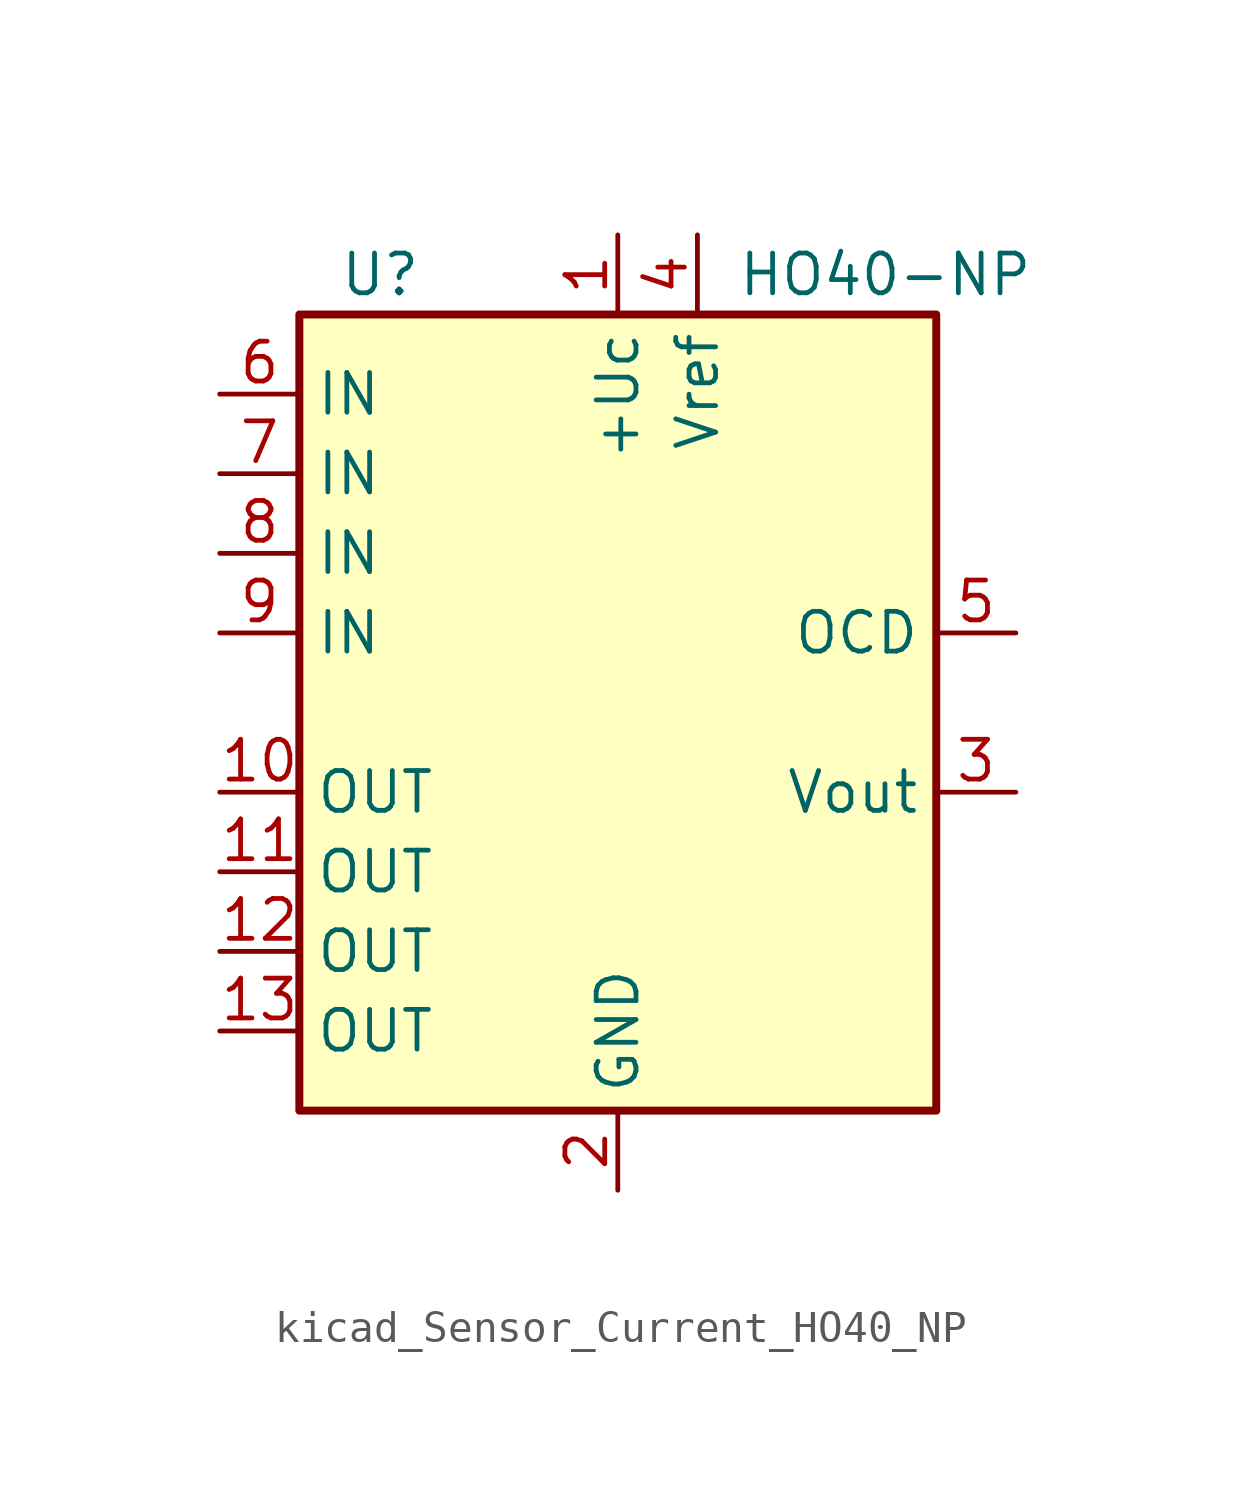
<source format=kicad_sym>
(kicad_symbol_lib
  (version 20220914)
  (generator kicad_symbol_editor)
  (symbol "kicad_Sensor_Current_HO40_NP"
    (property "Reference" "U"
      (at -8.89 13.97 0)
      (effects (font (size 1.27 1.27)) (justify left)))
    (property "Value" "HO40-NP"
      (at 3.81 13.97 0)
      (effects (font (size 1.27 1.27)) (justify left)))
    (symbol "kicad_Sensor_Current_HO40_NP_0_1"
      (rectangle (start -10.16 12.7) (end 10.16 -12.7) (stroke (width 0.254) (type default)) (fill (type background))))
    (symbol "kicad_Sensor_Current_HO40_NP_1_1"
      (pin power_in line (at 0 15.24 270) (length 2.54) (name "+Uc" (effects (font (size 1.27 1.27)))) (number "1" (effects (font (size 1.27 1.27)))))
      (pin passive line (at -12.7 -2.54 0) (length 2.54) (name "OUT" (effects (font (size 1.27 1.27)))) (number "10" (effects (font (size 1.27 1.27)))))
      (pin passive line (at -12.7 -5.08 0) (length 2.54) (name "OUT" (effects (font (size 1.27 1.27)))) (number "11" (effects (font (size 1.27 1.27)))))
      (pin passive line (at -12.7 -7.62 0) (length 2.54) (name "OUT" (effects (font (size 1.27 1.27)))) (number "12" (effects (font (size 1.27 1.27)))))
      (pin passive line (at -12.7 -10.16 0) (length 2.54) (name "OUT" (effects (font (size 1.27 1.27)))) (number "13" (effects (font (size 1.27 1.27)))))
      (pin power_in line (at 0 -15.24 90) (length 2.54) (name "GND" (effects (font (size 1.27 1.27)))) (number "2" (effects (font (size 1.27 1.27)))))
      (pin output line (at 12.7 -2.54 180) (length 2.54) (name "Vout" (effects (font (size 1.27 1.27)))) (number "3" (effects (font (size 1.27 1.27)))))
      (pin passive line (at 2.54 15.24 270) (length 2.54) (name "Vref" (effects (font (size 1.27 1.27)))) (number "4" (effects (font (size 1.27 1.27)))))
      (pin open_collector line (at 12.7 2.54 180) (length 2.54) (name "OCD" (effects (font (size 1.27 1.27)))) (number "5" (effects (font (size 1.27 1.27)))))
      (pin passive line (at -12.7 10.16 0) (length 2.54) (name "IN" (effects (font (size 1.27 1.27)))) (number "6" (effects (font (size 1.27 1.27)))))
      (pin passive line (at -12.7 7.62 0) (length 2.54) (name "IN" (effects (font (size 1.27 1.27)))) (number "7" (effects (font (size 1.27 1.27)))))
      (pin passive line (at -12.7 5.08 0) (length 2.54) (name "IN" (effects (font (size 1.27 1.27)))) (number "8" (effects (font (size 1.27 1.27)))))
      (pin passive line (at -12.7 2.54 0) (length 2.54) (name "IN" (effects (font (size 1.27 1.27)))) (number "9" (effects (font (size 1.27 1.27))))))))
</source>
